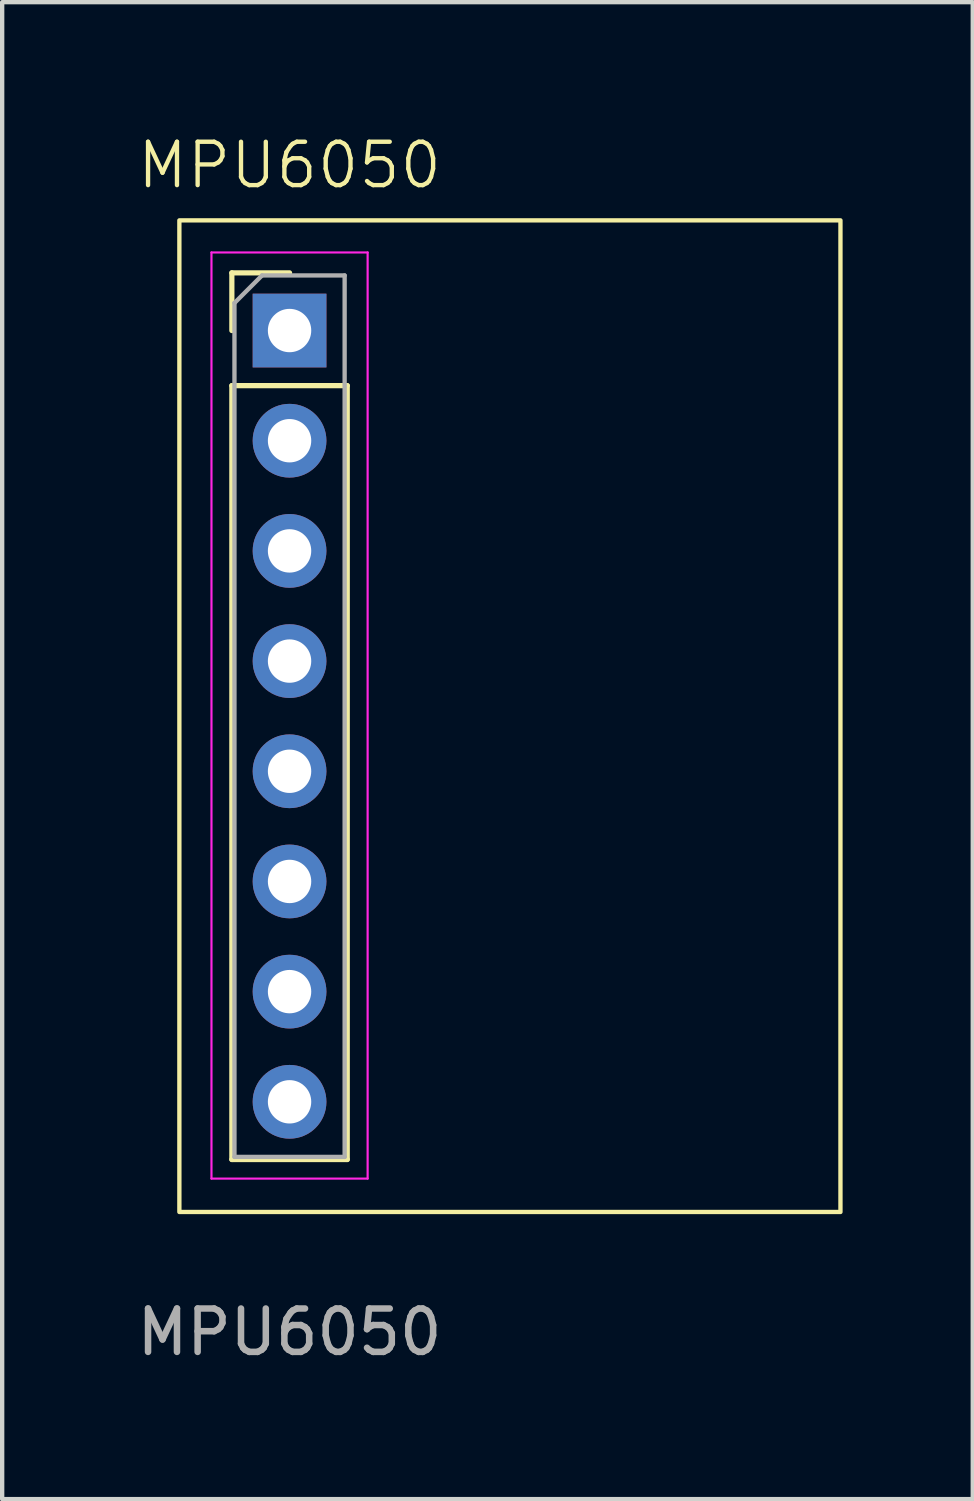
<source format=kicad_pcb>
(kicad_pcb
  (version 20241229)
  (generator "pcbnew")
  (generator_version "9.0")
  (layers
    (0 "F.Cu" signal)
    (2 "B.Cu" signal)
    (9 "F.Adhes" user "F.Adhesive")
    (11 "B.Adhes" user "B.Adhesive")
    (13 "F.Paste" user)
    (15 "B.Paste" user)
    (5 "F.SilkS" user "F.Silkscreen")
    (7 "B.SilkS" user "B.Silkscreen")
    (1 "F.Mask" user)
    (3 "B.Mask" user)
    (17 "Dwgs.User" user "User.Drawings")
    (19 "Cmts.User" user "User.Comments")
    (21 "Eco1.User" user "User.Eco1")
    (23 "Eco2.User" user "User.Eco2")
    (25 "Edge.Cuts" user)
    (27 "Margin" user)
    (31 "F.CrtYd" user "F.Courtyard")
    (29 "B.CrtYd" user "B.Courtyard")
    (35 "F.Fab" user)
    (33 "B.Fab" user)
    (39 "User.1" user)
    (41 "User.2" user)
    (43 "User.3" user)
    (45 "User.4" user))
  (footprint "MPU6050"
    (layer "F.Cu")
    (at 3.625 13.46)
    (property "Reference" "MPU6050" (at 0 -12.7 0) (unlocked yes) (layer "F.SilkS") (effects (font (size 1 1) (thickness 0.1))))
    (attr through_hole)
    (fp_line (start -1.33 -10.22) (end 0 -10.22) (stroke (width 0.12) (type solid)) (layer "F.SilkS"))
    (fp_line (start -1.33 -8.89) (end -1.33 -10.22) (stroke (width 0.12) (type solid)) (layer "F.SilkS"))
    (fp_line (start -1.33 -7.62) (end -1.33 10.22) (stroke (width 0.12) (type solid)) (layer "F.SilkS"))
    (fp_line (start -1.33 -7.62) (end 1.33 -7.62) (stroke (width 0.12) (type solid)) (layer "F.SilkS"))
    (fp_line (start -1.33 10.22) (end 1.33 10.22) (stroke (width 0.12) (type solid)) (layer "F.SilkS"))
    (fp_line (start 1.33 -7.62) (end 1.33 10.22) (stroke (width 0.12) (type solid)) (layer "F.SilkS"))
    (fp_rect (start -2.54 -11.43) (end 12.7 11.43) (stroke (width 0.1) (type default)) (fill no) (layer "F.SilkS"))
    (fp_line (start -1.8 -10.69) (end -1.8 10.66) (stroke (width 0.05) (type solid)) (layer "F.CrtYd"))
    (fp_line (start -1.8 10.66) (end 1.8 10.66) (stroke (width 0.05) (type solid)) (layer "F.CrtYd"))
    (fp_line (start 1.8 -10.69) (end -1.8 -10.69) (stroke (width 0.05) (type solid)) (layer "F.CrtYd"))
    (fp_line (start 1.8 10.66) (end 1.8 -10.69) (stroke (width 0.05) (type solid)) (layer "F.CrtYd"))
    (fp_line (start -1.27 -9.525) (end -0.635 -10.16) (stroke (width 0.1) (type solid)) (layer "F.Fab"))
    (fp_line (start -1.27 10.16) (end -1.27 -9.525) (stroke (width 0.1) (type solid)) (layer "F.Fab"))
    (fp_line (start -0.635 -10.16) (end 1.27 -10.16) (stroke (width 0.1) (type solid)) (layer "F.Fab"))
    (fp_line (start 1.27 -10.16) (end 1.27 10.16) (stroke (width 0.1) (type solid)) (layer "F.Fab"))
    (fp_line (start 1.27 10.16) (end -1.27 10.16) (stroke (width 0.1) (type solid)) (layer "F.Fab"))
    (fp_text user "${REFERENCE}" (at 0 14.2 0) (unlocked yes) (layer "F.Fab") (effects (font (size 1 1) (thickness 0.15))))
    (pad "1" thru_hole rect (at 0 -8.89) (size 1.7 1.7) (drill 1) (layers "*.Cu" "*.Mask"))
    (pad "2" thru_hole oval (at 0 -6.35) (size 1.7 1.7) (drill 1) (layers "*.Cu" "*.Mask"))
    (pad "3" thru_hole oval (at 0 -3.81) (size 1.7 1.7) (drill 1) (layers "*.Cu" "*.Mask"))
    (pad "4" thru_hole oval (at 0 -1.27) (size 1.7 1.7) (drill 1) (layers "*.Cu" "*.Mask"))
    (pad "5" thru_hole oval (at 0 1.27) (size 1.7 1.7) (drill 1) (layers "*.Cu" "*.Mask"))
    (pad "6" thru_hole oval (at 0 3.81) (size 1.7 1.7) (drill 1) (layers "*.Cu" "*.Mask"))
    (pad "7" thru_hole oval (at 0 6.35) (size 1.7 1.7) (drill 1) (layers "*.Cu" "*.Mask"))
    (pad "8" thru_hole oval (at 0 8.89) (size 1.7 1.7) (drill 1) (layers "*.Cu" "*.Mask")))
  (gr_rect
    (start -3 -3)
    (end 19.375 31.509)
    (stroke (width 0.1) (type default))
    (fill no)
    (layer "Edge.Cuts")))
</source>
